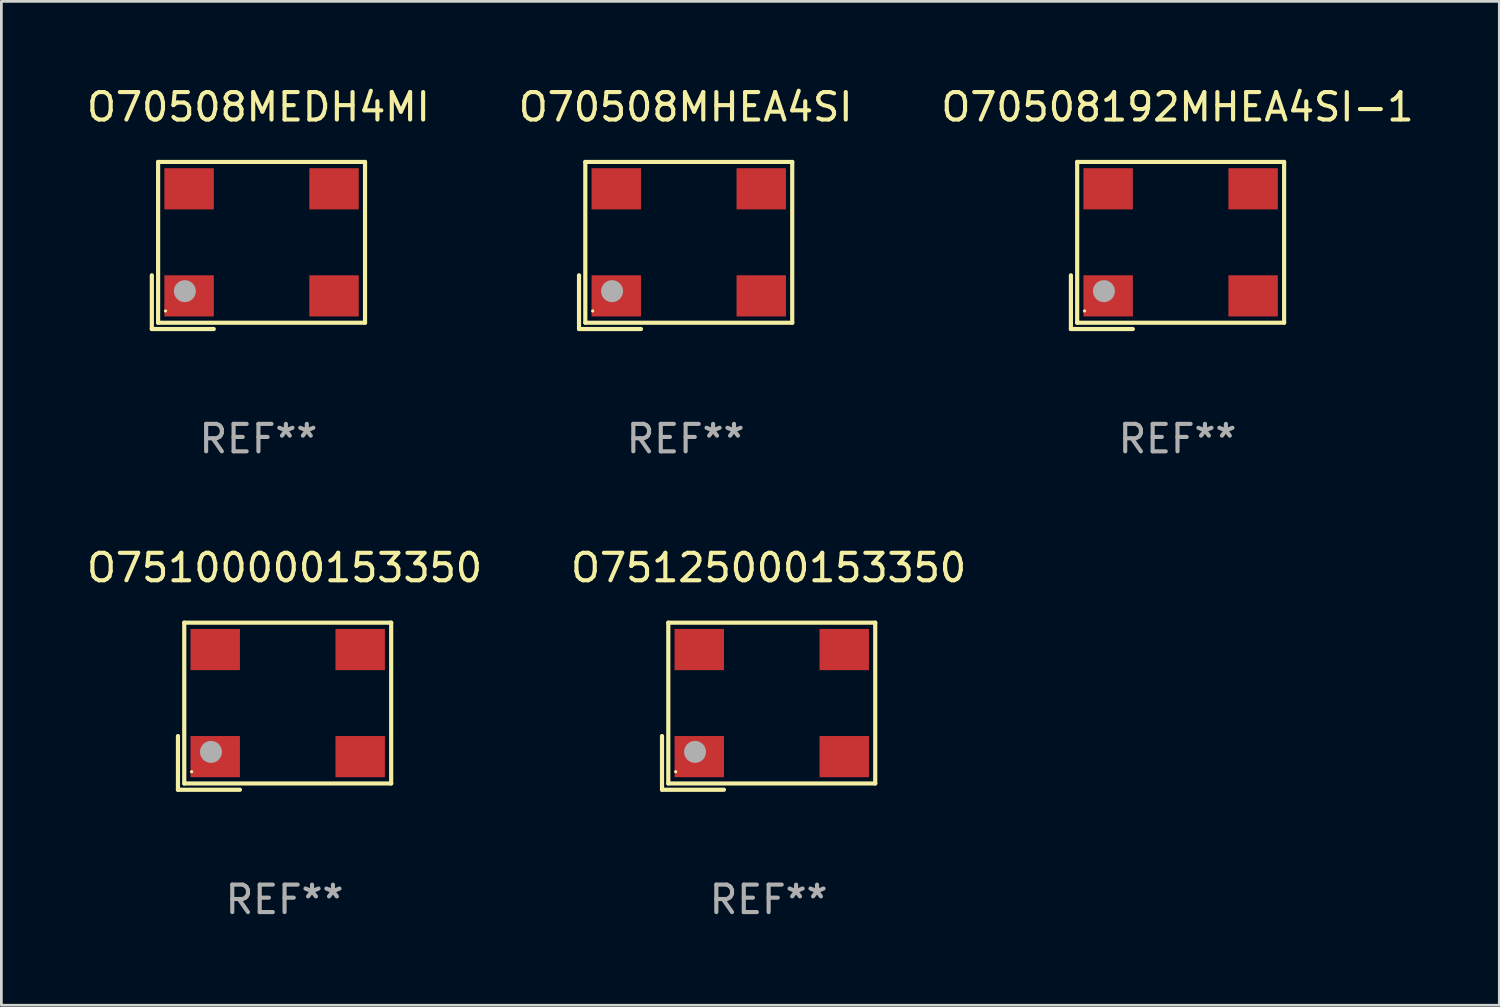
<source format=kicad_pcb>
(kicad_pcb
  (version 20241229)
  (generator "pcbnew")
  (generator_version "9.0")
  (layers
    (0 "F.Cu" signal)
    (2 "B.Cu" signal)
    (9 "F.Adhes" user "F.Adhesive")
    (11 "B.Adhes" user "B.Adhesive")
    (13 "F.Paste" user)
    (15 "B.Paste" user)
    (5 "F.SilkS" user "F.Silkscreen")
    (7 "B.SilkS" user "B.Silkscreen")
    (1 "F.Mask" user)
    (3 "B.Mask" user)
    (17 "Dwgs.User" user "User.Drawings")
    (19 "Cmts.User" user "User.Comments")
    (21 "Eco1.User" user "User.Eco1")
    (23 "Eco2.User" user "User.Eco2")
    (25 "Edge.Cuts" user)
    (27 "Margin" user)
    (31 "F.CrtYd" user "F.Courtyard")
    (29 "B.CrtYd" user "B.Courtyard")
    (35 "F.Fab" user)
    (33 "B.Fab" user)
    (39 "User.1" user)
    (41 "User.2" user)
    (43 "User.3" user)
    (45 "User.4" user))
  (footprint "O70508MEDH4MI"
    (layer "F.Cu")
    (at 6.363 5.891)
    (property "Reference" "O70508MEDH4MI" (at 0 -5.043 0) (layer "F.SilkS") (effects (font (size 1 1) (thickness 0.15))))
    (attr through_hole)
    (fp_line (start -3.883 1.086) (end -3.883 3.043) (stroke (width 0.152) (type solid)) (layer "F.SilkS"))
    (fp_line (start -3.883 3.043) (end -1.626 3.043) (stroke (width 0.152) (type solid)) (layer "F.SilkS"))
    (fp_line (start -3.654 -3.043) (end 3.883 -3.043) (stroke (width 0.152) (type solid)) (layer "F.SilkS"))
    (fp_line (start -3.654 2.814) (end -3.654 -3.043) (stroke (width 0.152) (type solid)) (layer "F.SilkS"))
    (fp_line (start 3.883 -3.043) (end 3.883 2.814) (stroke (width 0.152) (type solid)) (layer "F.SilkS"))
    (fp_line (start 3.883 2.814) (end -3.654 2.814) (stroke (width 0.152) (type solid)) (layer "F.SilkS"))
    (fp_circle (center -3.386 2.386) (end -3.356 2.386) (stroke (width 0.06) (type solid)) (fill no) (layer "F.SilkS"))
    (fp_circle (center -2.68 1.664) (end -2.48 1.664) (stroke (width 0.4) (type solid)) (fill no) (layer "F.Fab"))
    (fp_text user "REF**" (at 0 7.043 0) (layer "F.Fab") (effects (font (size 1 1) (thickness 0.15))))
    (pad "1" smd rect (at -2.526 1.836) (size 1.8 1.5) (layers "F.Cu" "F.Mask" "F.Paste"))
    (pad "2" smd rect (at 2.754 1.836) (size 1.8 1.5) (layers "F.Cu" "F.Mask" "F.Paste"))
    (pad "3" smd rect (at 2.754 -2.064) (size 1.8 1.5) (layers "F.Cu" "F.Mask" "F.Paste"))
    (pad "4" smd rect (at -2.526 -2.064) (size 1.8 1.5) (layers "F.Cu" "F.Mask" "F.Paste")))
  (footprint "O75125000153350"
    (layer "F.Cu")
    (at 24.946 22.673)
    (property "Reference" "O75125000153350" (at 0 -5.043 0) (layer "F.SilkS") (effects (font (size 1 1) (thickness 0.15))))
    (attr through_hole)
    (fp_line (start -3.883 1.086) (end -3.883 3.043) (stroke (width 0.152) (type solid)) (layer "F.SilkS"))
    (fp_line (start -3.883 3.043) (end -1.626 3.043) (stroke (width 0.152) (type solid)) (layer "F.SilkS"))
    (fp_line (start -3.654 -3.043) (end 3.883 -3.043) (stroke (width 0.152) (type solid)) (layer "F.SilkS"))
    (fp_line (start -3.654 2.814) (end -3.654 -3.043) (stroke (width 0.152) (type solid)) (layer "F.SilkS"))
    (fp_line (start 3.883 -3.043) (end 3.883 2.814) (stroke (width 0.152) (type solid)) (layer "F.SilkS"))
    (fp_line (start 3.883 2.814) (end -3.654 2.814) (stroke (width 0.152) (type solid)) (layer "F.SilkS"))
    (fp_circle (center -3.386 2.386) (end -3.356 2.386) (stroke (width 0.06) (type solid)) (fill no) (layer "F.SilkS"))
    (fp_circle (center -2.68 1.664) (end -2.48 1.664) (stroke (width 0.4) (type solid)) (fill no) (layer "F.Fab"))
    (fp_text user "REF**" (at 0 7.043 0) (layer "F.Fab") (effects (font (size 1 1) (thickness 0.15))))
    (pad "1" smd rect (at -2.526 1.836) (size 1.8 1.5) (layers "F.Cu" "F.Mask" "F.Paste"))
    (pad "2" smd rect (at 2.754 1.836) (size 1.8 1.5) (layers "F.Cu" "F.Mask" "F.Paste"))
    (pad "3" smd rect (at 2.754 -2.064) (size 1.8 1.5) (layers "F.Cu" "F.Mask" "F.Paste"))
    (pad "4" smd rect (at -2.526 -2.064) (size 1.8 1.5) (layers "F.Cu" "F.Mask" "F.Paste")))
  (footprint "O75100000153350"
    (layer "F.Cu")
    (at 7.315 22.673)
    (property "Reference" "O75100000153350" (at 0 -5.043 0) (layer "F.SilkS") (effects (font (size 1 1) (thickness 0.15))))
    (attr through_hole)
    (fp_line (start -3.883 1.086) (end -3.883 3.043) (stroke (width 0.152) (type solid)) (layer "F.SilkS"))
    (fp_line (start -3.883 3.043) (end -1.626 3.043) (stroke (width 0.152) (type solid)) (layer "F.SilkS"))
    (fp_line (start -3.654 -3.043) (end 3.883 -3.043) (stroke (width 0.152) (type solid)) (layer "F.SilkS"))
    (fp_line (start -3.654 2.814) (end -3.654 -3.043) (stroke (width 0.152) (type solid)) (layer "F.SilkS"))
    (fp_line (start 3.883 -3.043) (end 3.883 2.814) (stroke (width 0.152) (type solid)) (layer "F.SilkS"))
    (fp_line (start 3.883 2.814) (end -3.654 2.814) (stroke (width 0.152) (type solid)) (layer "F.SilkS"))
    (fp_circle (center -3.386 2.386) (end -3.356 2.386) (stroke (width 0.06) (type solid)) (fill no) (layer "F.SilkS"))
    (fp_circle (center -2.68 1.664) (end -2.48 1.664) (stroke (width 0.4) (type solid)) (fill no) (layer "F.Fab"))
    (fp_text user "REF**" (at 0 7.043 0) (layer "F.Fab") (effects (font (size 1 1) (thickness 0.15))))
    (pad "1" smd rect (at -2.526 1.836) (size 1.8 1.5) (layers "F.Cu" "F.Mask" "F.Paste"))
    (pad "2" smd rect (at 2.754 1.836) (size 1.8 1.5) (layers "F.Cu" "F.Mask" "F.Paste"))
    (pad "3" smd rect (at 2.754 -2.064) (size 1.8 1.5) (layers "F.Cu" "F.Mask" "F.Paste"))
    (pad "4" smd rect (at -2.526 -2.064) (size 1.8 1.5) (layers "F.Cu" "F.Mask" "F.Paste")))
  (footprint "O70508192MHEA4SI-1"
    (layer "F.Cu")
    (at 39.839 5.891)
    (property "Reference" "O70508192MHEA4SI-1" (at 0 -5.043 0) (layer "F.SilkS") (effects (font (size 1 1) (thickness 0.15))))
    (attr through_hole)
    (fp_line (start -3.883 1.086) (end -3.883 3.043) (stroke (width 0.152) (type solid)) (layer "F.SilkS"))
    (fp_line (start -3.883 3.043) (end -1.626 3.043) (stroke (width 0.152) (type solid)) (layer "F.SilkS"))
    (fp_line (start -3.654 -3.043) (end 3.883 -3.043) (stroke (width 0.152) (type solid)) (layer "F.SilkS"))
    (fp_line (start -3.654 2.814) (end -3.654 -3.043) (stroke (width 0.152) (type solid)) (layer "F.SilkS"))
    (fp_line (start 3.883 -3.043) (end 3.883 2.814) (stroke (width 0.152) (type solid)) (layer "F.SilkS"))
    (fp_line (start 3.883 2.814) (end -3.654 2.814) (stroke (width 0.152) (type solid)) (layer "F.SilkS"))
    (fp_circle (center -3.386 2.386) (end -3.356 2.386) (stroke (width 0.06) (type solid)) (fill no) (layer "F.SilkS"))
    (fp_circle (center -2.68 1.664) (end -2.48 1.664) (stroke (width 0.4) (type solid)) (fill no) (layer "F.Fab"))
    (fp_text user "REF**" (at 0 7.043 0) (layer "F.Fab") (effects (font (size 1 1) (thickness 0.15))))
    (pad "1" smd rect (at -2.526 1.836) (size 1.8 1.5) (layers "F.Cu" "F.Mask" "F.Paste"))
    (pad "2" smd rect (at 2.754 1.836) (size 1.8 1.5) (layers "F.Cu" "F.Mask" "F.Paste"))
    (pad "3" smd rect (at 2.754 -2.064) (size 1.8 1.5) (layers "F.Cu" "F.Mask" "F.Paste"))
    (pad "4" smd rect (at -2.526 -2.064) (size 1.8 1.5) (layers "F.Cu" "F.Mask" "F.Paste")))
  (footprint "O70508MHEA4SI"
    (layer "F.Cu")
    (at 21.923 5.891)
    (property "Reference" "O70508MHEA4SI" (at 0 -5.043 0) (layer "F.SilkS") (effects (font (size 1 1) (thickness 0.15))))
    (attr through_hole)
    (fp_line (start -3.883 1.086) (end -3.883 3.043) (stroke (width 0.152) (type solid)) (layer "F.SilkS"))
    (fp_line (start -3.883 3.043) (end -1.626 3.043) (stroke (width 0.152) (type solid)) (layer "F.SilkS"))
    (fp_line (start -3.654 -3.043) (end 3.883 -3.043) (stroke (width 0.152) (type solid)) (layer "F.SilkS"))
    (fp_line (start -3.654 2.814) (end -3.654 -3.043) (stroke (width 0.152) (type solid)) (layer "F.SilkS"))
    (fp_line (start 3.883 -3.043) (end 3.883 2.814) (stroke (width 0.152) (type solid)) (layer "F.SilkS"))
    (fp_line (start 3.883 2.814) (end -3.654 2.814) (stroke (width 0.152) (type solid)) (layer "F.SilkS"))
    (fp_circle (center -3.386 2.386) (end -3.356 2.386) (stroke (width 0.06) (type solid)) (fill no) (layer "F.SilkS"))
    (fp_circle (center -2.68 1.664) (end -2.48 1.664) (stroke (width 0.4) (type solid)) (fill no) (layer "F.Fab"))
    (fp_text user "REF**" (at 0 7.043 0) (layer "F.Fab") (effects (font (size 1 1) (thickness 0.15))))
    (pad "1" smd rect (at -2.526 1.836) (size 1.8 1.5) (layers "F.Cu" "F.Mask" "F.Paste"))
    (pad "2" smd rect (at 2.754 1.836) (size 1.8 1.5) (layers "F.Cu" "F.Mask" "F.Paste"))
    (pad "3" smd rect (at 2.754 -2.064) (size 1.8 1.5) (layers "F.Cu" "F.Mask" "F.Paste"))
    (pad "4" smd rect (at -2.526 -2.064) (size 1.8 1.5) (layers "F.Cu" "F.Mask" "F.Paste")))
  (gr_rect
    (start -3 -3)
    (end 51.56 33.565)
    (stroke (width 0.1) (type default))
    (fill no)
    (layer "Edge.Cuts")))
</source>
